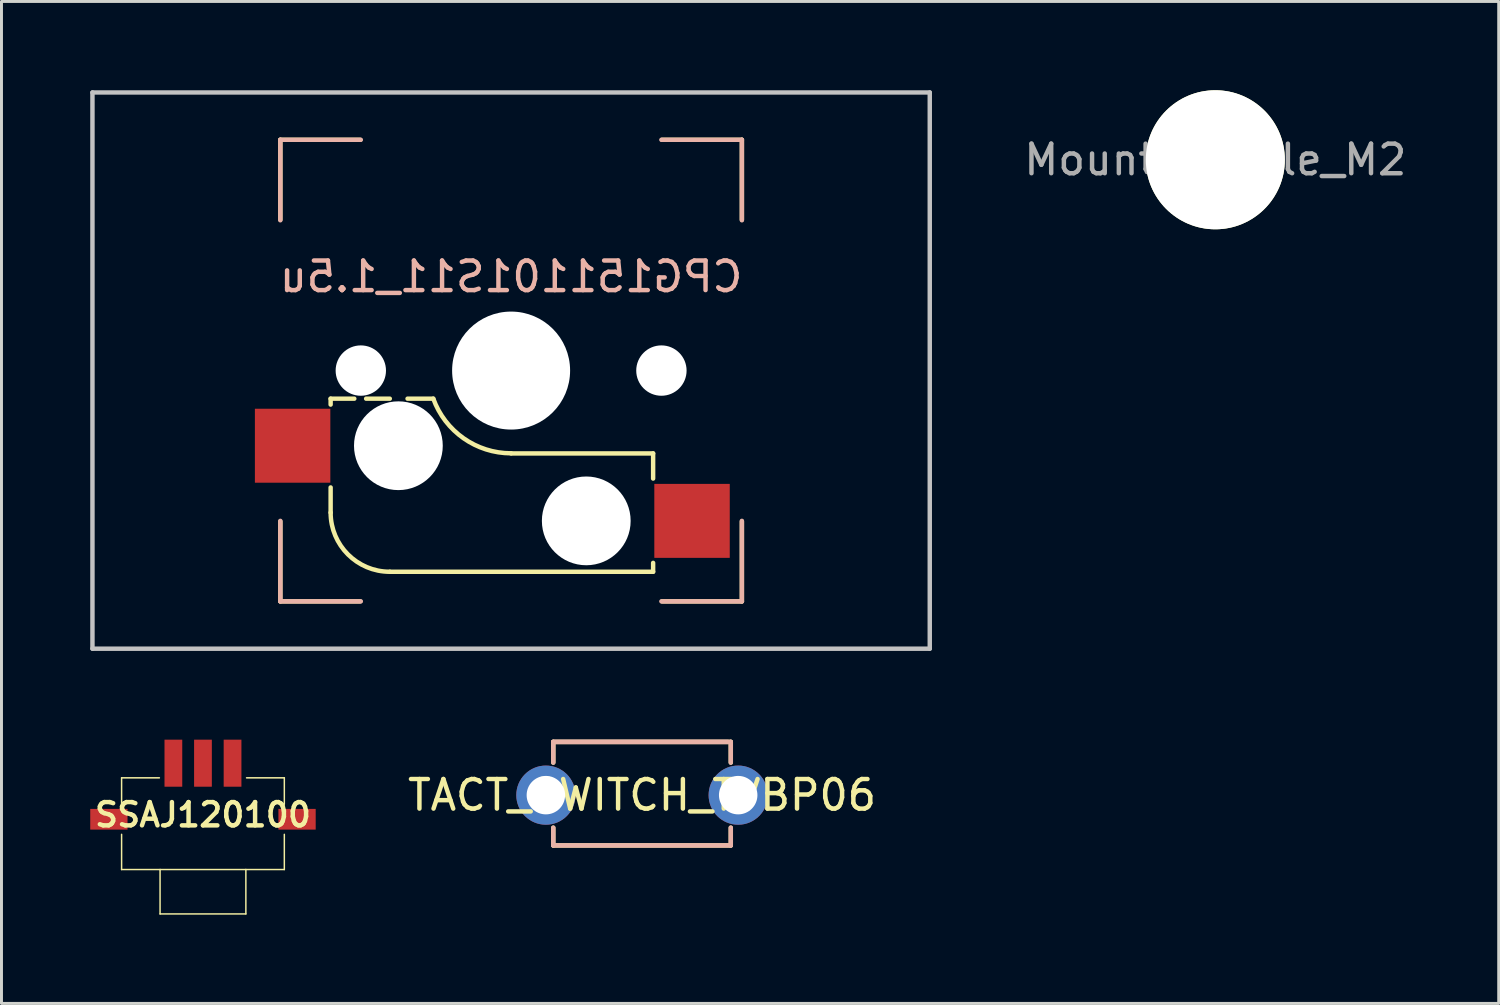
<source format=kicad_pcb>
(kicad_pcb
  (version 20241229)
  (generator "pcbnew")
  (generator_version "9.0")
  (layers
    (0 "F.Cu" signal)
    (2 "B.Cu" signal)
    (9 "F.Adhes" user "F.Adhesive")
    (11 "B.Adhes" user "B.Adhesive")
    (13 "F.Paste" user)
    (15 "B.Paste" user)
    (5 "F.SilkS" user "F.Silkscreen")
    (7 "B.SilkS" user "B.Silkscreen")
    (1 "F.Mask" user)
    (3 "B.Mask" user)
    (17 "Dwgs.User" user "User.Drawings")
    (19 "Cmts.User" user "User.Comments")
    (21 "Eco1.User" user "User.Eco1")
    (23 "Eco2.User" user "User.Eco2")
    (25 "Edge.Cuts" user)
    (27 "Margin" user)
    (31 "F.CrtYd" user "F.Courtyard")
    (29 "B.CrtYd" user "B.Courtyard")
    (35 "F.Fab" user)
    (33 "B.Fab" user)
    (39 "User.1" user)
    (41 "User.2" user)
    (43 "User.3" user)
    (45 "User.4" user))
  (footprint "CPG151101S11_1.5u"
    (layer "F.Cu")
    (at 14.225 9.475)
    (property "Reference" "CPG151101S11_1.5u" (at 0 -3.175 0) (layer "B.SilkS") (effects (font (size 1 1) (thickness 0.15)) (justify mirror)))
    (attr smd)
    (fp_line (start -7.8 -7.8) (end -7.8 -5.1) (stroke (width 0.15) (type solid)) (layer "F.SilkS"))
    (fp_line (start -7.8 5.1) (end -7.8 7.8) (stroke (width 0.15) (type solid)) (layer "F.SilkS"))
    (fp_line (start -7.8 7.8) (end -5.1 7.8) (stroke (width 0.15) (type solid)) (layer "F.SilkS"))
    (fp_line (start -6.1 0.95) (end -6.1 1.15) (stroke (width 0.15) (type solid)) (layer "F.SilkS"))
    (fp_line (start -6.1 4.8) (end -6.1 3.95) (stroke (width 0.15) (type solid)) (layer "F.SilkS"))
    (fp_line (start -5.3 0.95) (end -6.1 0.95) (stroke (width 0.15) (type solid)) (layer "F.SilkS"))
    (fp_line (start -5.1 -7.8) (end -7.8 -7.8) (stroke (width 0.15) (type solid)) (layer "F.SilkS"))
    (fp_line (start -4.9 0.95) (end -4.1 0.95) (stroke (width 0.15) (type solid)) (layer "F.SilkS"))
    (fp_line (start -3.5 0.95) (end -2.63 0.95) (stroke (width 0.15) (type solid)) (layer "F.SilkS"))
    (fp_line (start 4.8 2.8) (end 0 2.8) (stroke (width 0.15) (type solid)) (layer "F.SilkS"))
    (fp_line (start 4.8 2.8) (end 4.8 3.65) (stroke (width 0.15) (type solid)) (layer "F.SilkS"))
    (fp_line (start 4.8 6.8) (end -4.1 6.8) (stroke (width 0.15) (type solid)) (layer "F.SilkS"))
    (fp_line (start 4.8 6.8) (end 4.8 6.5) (stroke (width 0.15) (type solid)) (layer "F.SilkS"))
    (fp_line (start 5.1 7.8) (end 7.8 7.8) (stroke (width 0.15) (type solid)) (layer "F.SilkS"))
    (fp_line (start 7.8 -7.8) (end 5.1 -7.8) (stroke (width 0.15) (type solid)) (layer "F.SilkS"))
    (fp_line (start 7.8 -5.1) (end 7.8 -7.8) (stroke (width 0.15) (type solid)) (layer "F.SilkS"))
    (fp_line (start 7.8 7.8) (end 7.8 5.1) (stroke (width 0.15) (type solid)) (layer "F.SilkS"))
    (fp_arc (start -4.1 6.8) (mid -5.514214 6.214214) (end -6.1 4.8) (stroke (width 0.15) (type solid)) (layer "F.SilkS"))
    (fp_arc (start 0 2.796319) (mid -1.606689 2.288657) (end -2.63 0.95) (stroke (width 0.15) (type solid)) (layer "F.SilkS"))
    (fp_line (start -7.8 -7.8) (end -5.08 -7.8) (stroke (width 0.15) (type solid)) (layer "B.SilkS"))
    (fp_line (start -7.8 -5.08) (end -7.8 -7.8) (stroke (width 0.15) (type solid)) (layer "B.SilkS"))
    (fp_line (start -7.8 5.08) (end -7.8 7.8) (stroke (width 0.15) (type solid)) (layer "B.SilkS"))
    (fp_line (start -7.8 7.8) (end -5.08 7.8) (stroke (width 0.15) (type solid)) (layer "B.SilkS"))
    (fp_line (start 5.08 -7.8) (end 7.8 -7.8) (stroke (width 0.15) (type solid)) (layer "B.SilkS"))
    (fp_line (start 7.8 -7.8) (end 7.8 -5.08) (stroke (width 0.15) (type solid)) (layer "B.SilkS"))
    (fp_line (start 7.8 5.08) (end 7.8 7.8) (stroke (width 0.15) (type solid)) (layer "B.SilkS"))
    (fp_line (start 7.8 7.8) (end 5.08 7.8) (stroke (width 0.15) (type solid)) (layer "B.SilkS"))
    (fp_line (start -14.15 -9.4) (end -14.15 9.4) (stroke (width 0.15) (type solid)) (layer "Dwgs.User"))
    (fp_line (start -14.15 9.4) (end 14.15 9.4) (stroke (width 0.15) (type solid)) (layer "Dwgs.User"))
    (fp_line (start 14.15 -9.4) (end -14.15 -9.4) (stroke (width 0.15) (type solid)) (layer "Dwgs.User"))
    (fp_line (start 14.15 9.4) (end 14.15 -9.4) (stroke (width 0.15) (type solid)) (layer "Dwgs.User"))
    (fp_line (start -0.635 3.81) (end -0.635 3.81) (stroke (width 0.1) (type solid)) (layer "Eco1.User"))
    (fp_line (start -7 -7) (end -7 7) (stroke (width 0.15) (type solid)) (layer "Eco2.User"))
    (fp_line (start -7 -7) (end 7 -7) (stroke (width 0.15) (type solid)) (layer "Eco2.User"))
    (fp_line (start 7 7) (end -7 7) (stroke (width 0.15) (type solid)) (layer "Eco2.User"))
    (fp_line (start 7 7) (end 7 -7) (stroke (width 0.15) (type solid)) (layer "Eco2.User"))
    (pad "" np_thru_hole circle (at -5.08 0 180) (size 1.702 1.702) (drill 1.702) (layers "*.Cu" "*.Mask"))
    (pad "" np_thru_hole circle (at -3.81 2.54 180) (size 3 3) (drill 3) (layers "*.Cu" "*.Mask"))
    (pad "" np_thru_hole circle (at 0 0 180) (size 3.988 3.988) (drill 3.988) (layers "*.Cu" "*.Mask"))
    (pad "" np_thru_hole circle (at 2.54 5.08 180) (size 3 3) (drill 3) (layers "*.Cu" "*.Mask"))
    (pad "" np_thru_hole circle (at 5.08 0 180) (size 1.702 1.702) (drill 1.702) (layers "*.Cu" "*.Mask"))
    (pad "1" smd rect (at -7.385 2.54 180) (size 2.55 2.5) (layers "F.Cu" "F.Mask" "F.Paste"))
    (pad "2" smd rect (at 6.115 5.08) (size 2.55 2.5) (layers "F.Cu" "F.Mask" "F.Paste")))
  (footprint "TACT_SWITCH_TVBP06"
    (layer "F.Cu")
    (at 18.65 23.825)
    (property "Reference" "TACT_SWITCH_TVBP06" (at 0 0 0) (layer "F.SilkS") (effects (font (size 1 1) (thickness 0.15))))
    (attr through_hole)
    (fp_line (start -3 -1.8) (end -3 -1.1) (stroke (width 0.15) (type solid)) (layer "F.SilkS"))
    (fp_line (start -3 1.7) (end -3 1.1) (stroke (width 0.15) (type solid)) (layer "F.SilkS"))
    (fp_line (start -3 1.7) (end 3 1.7) (stroke (width 0.15) (type solid)) (layer "F.SilkS"))
    (fp_line (start 3 -1.8) (end -3 -1.8) (stroke (width 0.15) (type solid)) (layer "F.SilkS"))
    (fp_line (start 3 -1.8) (end 3 -1.1) (stroke (width 0.15) (type solid)) (layer "F.SilkS"))
    (fp_line (start 3 1.7) (end 3 1.1) (stroke (width 0.15) (type solid)) (layer "F.SilkS"))
    (fp_line (start -3 -1.8) (end -3 -1.1) (stroke (width 0.15) (type solid)) (layer "B.SilkS"))
    (fp_line (start -3 -1.8) (end 2.9 -1.8) (stroke (width 0.15) (type solid)) (layer "B.SilkS"))
    (fp_line (start -3 -1.8) (end 3 -1.8) (stroke (width 0.15) (type solid)) (layer "B.SilkS"))
    (fp_line (start -3 1.7) (end -3 1.1) (stroke (width 0.15) (type solid)) (layer "B.SilkS"))
    (fp_line (start 3 -1.8) (end 3 -1.1) (stroke (width 0.15) (type solid)) (layer "B.SilkS"))
    (fp_line (start 3 1.7) (end -3 1.7) (stroke (width 0.15) (type solid)) (layer "B.SilkS"))
    (fp_line (start 3 1.7) (end 3 1.1) (stroke (width 0.15) (type solid)) (layer "B.SilkS"))
    (pad "1" thru_hole circle (at -3.25 0) (size 2 2) (drill 1.3) (layers "*.Cu" "*.Mask"))
    (pad "2" thru_hole circle (at 3.25 0) (size 2 2) (drill 1.3) (layers "*.Cu" "*.Mask")))
  (footprint "MountingHole_M2"
    (layer "F.Cu")
    (at 38.027 2.35)
    (property "Reference" "MountingHole_M2" (at 0 0 0) (layer "F.Fab") (effects (font (size 1 1) (thickness 0.15))))
    (pad "" np_thru_hole circle (at 0 0 90) (size 4.7 4.7) (drill 4.7) (layers "*.Cu" "*.Mask" "F.SilkS")))
  (footprint "SSAJ120100"
    (layer "F.Cu")
    (at 3.81 24.49)
    (property "Reference" "SSAJ120100" (at 0 0 0) (layer "F.SilkS") (effects (font (size 0.787 0.787) (thickness 0.15))))
    (attr smd)
    (fp_line (start -2.75 -1.25) (end -1.473 -1.25) (stroke (width 0.05) (type solid)) (layer "F.SilkS"))
    (fp_line (start -2.75 -0.356) (end -2.75 -1.25) (stroke (width 0.05) (type solid)) (layer "F.SilkS"))
    (fp_line (start -2.75 1.85) (end -2.75 0.66) (stroke (width 0.05) (type solid)) (layer "F.SilkS"))
    (fp_line (start -1.45 1.85) (end -2.75 1.85) (stroke (width 0.05) (type solid)) (layer "F.SilkS"))
    (fp_line (start -1.45 3.35) (end -1.45 1.85) (stroke (width 0.05) (type solid)) (layer "F.SilkS"))
    (fp_line (start 1.45 1.85) (end -1.45 1.85) (stroke (width 0.05) (type solid)) (layer "F.SilkS"))
    (fp_line (start 1.45 1.85) (end 1.45 3.35) (stroke (width 0.05) (type solid)) (layer "F.SilkS"))
    (fp_line (start 1.45 3.35) (end -1.45 3.35) (stroke (width 0.05) (type solid)) (layer "F.SilkS"))
    (fp_line (start 1.473 -1.25) (end 2.75 -1.25) (stroke (width 0.05) (type solid)) (layer "F.SilkS"))
    (fp_line (start 2.75 -1.25) (end 2.75 -0.356) (stroke (width 0.05) (type solid)) (layer "F.SilkS"))
    (fp_line (start 2.75 0.66) (end 2.75 1.85) (stroke (width 0.05) (type solid)) (layer "F.SilkS"))
    (fp_line (start 2.75 1.85) (end 1.45 1.85) (stroke (width 0.05) (type solid)) (layer "F.SilkS"))
    (pad "1" smd rect (at -1 -1.745) (size 0.6 1.59) (layers "F.Cu" "F.Mask" "F.Paste"))
    (pad "2" smd rect (at 0 -1.745) (size 0.6 1.59) (layers "F.Cu" "F.Mask" "F.Paste"))
    (pad "3" smd rect (at 1 -1.745) (size 0.6 1.59) (layers "F.Cu" "F.Mask" "F.Paste"))
    (pad "NC1" smd rect (at -3.18 0.15) (size 1.26 0.7) (layers "F.Cu" "F.Mask" "F.Paste"))
    (pad "NC2" smd rect (at 3.18 0.15) (size 1.26 0.7) (layers "F.Cu" "F.Mask" "F.Paste")))
  (gr_rect
    (start -3 -3)
    (end 47.605 30.865)
    (stroke (width 0.1) (type default))
    (fill no)
    (layer "Edge.Cuts")))
</source>
